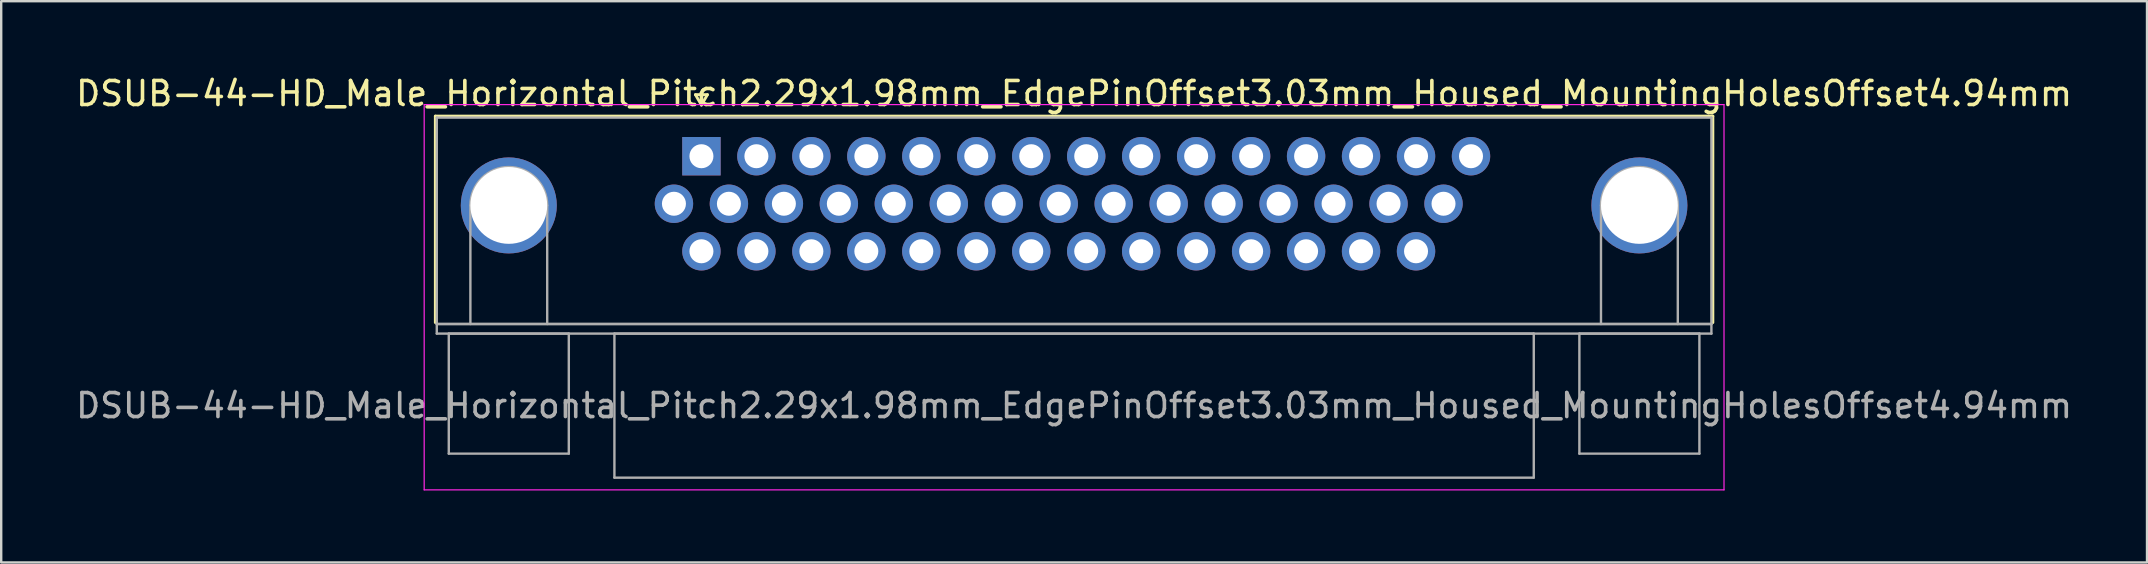
<source format=kicad_pcb>
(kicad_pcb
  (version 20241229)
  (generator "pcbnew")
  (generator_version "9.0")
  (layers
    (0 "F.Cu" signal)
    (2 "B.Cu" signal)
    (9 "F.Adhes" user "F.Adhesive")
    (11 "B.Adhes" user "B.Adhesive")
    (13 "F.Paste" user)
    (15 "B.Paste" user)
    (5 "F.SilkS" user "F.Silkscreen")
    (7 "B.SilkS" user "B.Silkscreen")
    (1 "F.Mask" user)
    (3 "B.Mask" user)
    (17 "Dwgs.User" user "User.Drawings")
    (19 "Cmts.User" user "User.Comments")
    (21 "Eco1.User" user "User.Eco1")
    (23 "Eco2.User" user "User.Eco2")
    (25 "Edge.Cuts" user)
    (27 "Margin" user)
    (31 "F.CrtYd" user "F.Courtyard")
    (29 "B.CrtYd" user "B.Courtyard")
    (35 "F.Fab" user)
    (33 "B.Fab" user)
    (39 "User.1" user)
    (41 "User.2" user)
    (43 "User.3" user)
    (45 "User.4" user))
  (footprint "DSUB-44-HD_Male_Horizontal_Pitch2.29x1.98mm_EdgePinOffset3.03mm_Housed_MountingHolesOffset4.94mm"
    (layer "F.Cu")
    (at 26.171 3.458)
    (property "Reference" "DSUB-44-HD_Male_Horizontal_Pitch2.29x1.98mm_EdgePinOffset3.03mm_Housed_MountingHolesOffset4.94mm" (at 15.525 -2.61 0) (layer "F.SilkS") (effects (font (size 1 1) (thickness 0.15))))
    (attr through_hole)
    (fp_line (start -11.085 -1.67) (end 42.135 -1.67) (stroke (width 0.12) (type solid)) (layer "F.SilkS"))
    (fp_line (start -11.085 6.93) (end -11.085 -1.67) (stroke (width 0.12) (type solid)) (layer "F.SilkS"))
    (fp_line (start -0.25 -2.564) (end 0.25 -2.564) (stroke (width 0.12) (type solid)) (layer "F.SilkS"))
    (fp_line (start 0 -2.131) (end -0.25 -2.564) (stroke (width 0.12) (type solid)) (layer "F.SilkS"))
    (fp_line (start 0.25 -2.564) (end 0 -2.131) (stroke (width 0.12) (type solid)) (layer "F.SilkS"))
    (fp_line (start 42.135 -1.67) (end 42.135 6.93) (stroke (width 0.12) (type solid)) (layer "F.SilkS"))
    (fp_line (start -11.55 -2.15) (end -11.55 13.9) (stroke (width 0.05) (type solid)) (layer "F.CrtYd"))
    (fp_line (start -11.55 13.9) (end 42.6 13.9) (stroke (width 0.05) (type solid)) (layer "F.CrtYd"))
    (fp_line (start 42.6 -2.15) (end -11.55 -2.15) (stroke (width 0.05) (type solid)) (layer "F.CrtYd"))
    (fp_line (start 42.6 13.9) (end 42.6 -2.15) (stroke (width 0.05) (type solid)) (layer "F.CrtYd"))
    (fp_line (start -11.025 -1.61) (end -11.025 6.99) (stroke (width 0.1) (type solid)) (layer "F.Fab"))
    (fp_line (start -11.025 6.99) (end -11.025 7.39) (stroke (width 0.1) (type solid)) (layer "F.Fab"))
    (fp_line (start -11.025 6.99) (end 42.075 6.99) (stroke (width 0.1) (type solid)) (layer "F.Fab"))
    (fp_line (start -11.025 7.39) (end 42.075 7.39) (stroke (width 0.1) (type solid)) (layer "F.Fab"))
    (fp_line (start -10.525 7.39) (end -10.525 12.39) (stroke (width 0.1) (type solid)) (layer "F.Fab"))
    (fp_line (start -10.525 12.39) (end -5.525 12.39) (stroke (width 0.1) (type solid)) (layer "F.Fab"))
    (fp_line (start -9.625 6.99) (end -9.625 2.05) (stroke (width 0.1) (type solid)) (layer "F.Fab"))
    (fp_line (start -6.425 6.99) (end -6.425 2.05) (stroke (width 0.1) (type solid)) (layer "F.Fab"))
    (fp_line (start -5.525 7.39) (end -10.525 7.39) (stroke (width 0.1) (type solid)) (layer "F.Fab"))
    (fp_line (start -5.525 12.39) (end -5.525 7.39) (stroke (width 0.1) (type solid)) (layer "F.Fab"))
    (fp_line (start -3.625 7.39) (end -3.625 13.39) (stroke (width 0.1) (type solid)) (layer "F.Fab"))
    (fp_line (start -3.625 13.39) (end 34.675 13.39) (stroke (width 0.1) (type solid)) (layer "F.Fab"))
    (fp_line (start 34.675 7.39) (end -3.625 7.39) (stroke (width 0.1) (type solid)) (layer "F.Fab"))
    (fp_line (start 34.675 13.39) (end 34.675 7.39) (stroke (width 0.1) (type solid)) (layer "F.Fab"))
    (fp_line (start 36.575 7.39) (end 36.575 12.39) (stroke (width 0.1) (type solid)) (layer "F.Fab"))
    (fp_line (start 36.575 12.39) (end 41.575 12.39) (stroke (width 0.1) (type solid)) (layer "F.Fab"))
    (fp_line (start 37.475 6.99) (end 37.475 2.05) (stroke (width 0.1) (type solid)) (layer "F.Fab"))
    (fp_line (start 40.675 6.99) (end 40.675 2.05) (stroke (width 0.1) (type solid)) (layer "F.Fab"))
    (fp_line (start 41.575 7.39) (end 36.575 7.39) (stroke (width 0.1) (type solid)) (layer "F.Fab"))
    (fp_line (start 41.575 12.39) (end 41.575 7.39) (stroke (width 0.1) (type solid)) (layer "F.Fab"))
    (fp_line (start 42.075 -1.61) (end -11.025 -1.61) (stroke (width 0.1) (type solid)) (layer "F.Fab"))
    (fp_line (start 42.075 6.99) (end -11.025 6.99) (stroke (width 0.1) (type solid)) (layer "F.Fab"))
    (fp_line (start 42.075 6.99) (end 42.075 -1.61) (stroke (width 0.1) (type solid)) (layer "F.Fab"))
    (fp_line (start 42.075 7.39) (end 42.075 6.99) (stroke (width 0.1) (type solid)) (layer "F.Fab"))
    (fp_arc (start -9.625 2.05) (mid -8.025 0.45) (end -6.425 2.05) (stroke (width 0.1) (type solid)) (layer "F.Fab"))
    (fp_arc (start 37.475 2.05) (mid 39.075 0.45) (end 40.675 2.05) (stroke (width 0.1) (type solid)) (layer "F.Fab"))
    (fp_text user "${REFERENCE}" (at 15.525 10.39 0) (layer "F.Fab") (effects (font (size 1 1) (thickness 0.15))))
    (pad "0" thru_hole circle (at -8.025 2.05) (size 4 4) (drill 3.2) (layers "*.Cu" "*.Mask"))
    (pad "0" thru_hole circle (at 39.075 2.05) (size 4 4) (drill 3.2) (layers "*.Cu" "*.Mask"))
    (pad "1" thru_hole rect (at 0 0) (size 1.6 1.6) (drill 1) (layers "*.Cu" "*.Mask"))
    (pad "2" thru_hole circle (at 2.29 0) (size 1.6 1.6) (drill 1) (layers "*.Cu" "*.Mask"))
    (pad "3" thru_hole circle (at 4.58 0) (size 1.6 1.6) (drill 1) (layers "*.Cu" "*.Mask"))
    (pad "4" thru_hole circle (at 6.87 0) (size 1.6 1.6) (drill 1) (layers "*.Cu" "*.Mask"))
    (pad "5" thru_hole circle (at 9.16 0) (size 1.6 1.6) (drill 1) (layers "*.Cu" "*.Mask"))
    (pad "6" thru_hole circle (at 11.45 0) (size 1.6 1.6) (drill 1) (layers "*.Cu" "*.Mask"))
    (pad "7" thru_hole circle (at 13.74 0) (size 1.6 1.6) (drill 1) (layers "*.Cu" "*.Mask"))
    (pad "8" thru_hole circle (at 16.03 0) (size 1.6 1.6) (drill 1) (layers "*.Cu" "*.Mask"))
    (pad "9" thru_hole circle (at 18.32 0) (size 1.6 1.6) (drill 1) (layers "*.Cu" "*.Mask"))
    (pad "10" thru_hole circle (at 20.61 0) (size 1.6 1.6) (drill 1) (layers "*.Cu" "*.Mask"))
    (pad "11" thru_hole circle (at 22.9 0) (size 1.6 1.6) (drill 1) (layers "*.Cu" "*.Mask"))
    (pad "12" thru_hole circle (at 25.19 0) (size 1.6 1.6) (drill 1) (layers "*.Cu" "*.Mask"))
    (pad "13" thru_hole circle (at 27.48 0) (size 1.6 1.6) (drill 1) (layers "*.Cu" "*.Mask"))
    (pad "14" thru_hole circle (at 29.77 0) (size 1.6 1.6) (drill 1) (layers "*.Cu" "*.Mask"))
    (pad "15" thru_hole circle (at 32.06 0) (size 1.6 1.6) (drill 1) (layers "*.Cu" "*.Mask"))
    (pad "16" thru_hole circle (at -1.145 1.98) (size 1.6 1.6) (drill 1) (layers "*.Cu" "*.Mask"))
    (pad "17" thru_hole circle (at 1.145 1.98) (size 1.6 1.6) (drill 1) (layers "*.Cu" "*.Mask"))
    (pad "18" thru_hole circle (at 3.435 1.98) (size 1.6 1.6) (drill 1) (layers "*.Cu" "*.Mask"))
    (pad "19" thru_hole circle (at 5.725 1.98) (size 1.6 1.6) (drill 1) (layers "*.Cu" "*.Mask"))
    (pad "20" thru_hole circle (at 8.015 1.98) (size 1.6 1.6) (drill 1) (layers "*.Cu" "*.Mask"))
    (pad "21" thru_hole circle (at 10.305 1.98) (size 1.6 1.6) (drill 1) (layers "*.Cu" "*.Mask"))
    (pad "22" thru_hole circle (at 12.595 1.98) (size 1.6 1.6) (drill 1) (layers "*.Cu" "*.Mask"))
    (pad "23" thru_hole circle (at 14.885 1.98) (size 1.6 1.6) (drill 1) (layers "*.Cu" "*.Mask"))
    (pad "24" thru_hole circle (at 17.175 1.98) (size 1.6 1.6) (drill 1) (layers "*.Cu" "*.Mask"))
    (pad "25" thru_hole circle (at 19.465 1.98) (size 1.6 1.6) (drill 1) (layers "*.Cu" "*.Mask"))
    (pad "26" thru_hole circle (at 21.755 1.98) (size 1.6 1.6) (drill 1) (layers "*.Cu" "*.Mask"))
    (pad "27" thru_hole circle (at 24.045 1.98) (size 1.6 1.6) (drill 1) (layers "*.Cu" "*.Mask"))
    (pad "28" thru_hole circle (at 26.335 1.98) (size 1.6 1.6) (drill 1) (layers "*.Cu" "*.Mask"))
    (pad "29" thru_hole circle (at 28.625 1.98) (size 1.6 1.6) (drill 1) (layers "*.Cu" "*.Mask"))
    (pad "30" thru_hole circle (at 30.915 1.98) (size 1.6 1.6) (drill 1) (layers "*.Cu" "*.Mask"))
    (pad "31" thru_hole circle (at 0 3.96) (size 1.6 1.6) (drill 1) (layers "*.Cu" "*.Mask"))
    (pad "32" thru_hole circle (at 2.29 3.96) (size 1.6 1.6) (drill 1) (layers "*.Cu" "*.Mask"))
    (pad "33" thru_hole circle (at 4.58 3.96) (size 1.6 1.6) (drill 1) (layers "*.Cu" "*.Mask"))
    (pad "34" thru_hole circle (at 6.87 3.96) (size 1.6 1.6) (drill 1) (layers "*.Cu" "*.Mask"))
    (pad "35" thru_hole circle (at 9.16 3.96) (size 1.6 1.6) (drill 1) (layers "*.Cu" "*.Mask"))
    (pad "36" thru_hole circle (at 11.45 3.96) (size 1.6 1.6) (drill 1) (layers "*.Cu" "*.Mask"))
    (pad "37" thru_hole circle (at 13.74 3.96) (size 1.6 1.6) (drill 1) (layers "*.Cu" "*.Mask"))
    (pad "38" thru_hole circle (at 16.03 3.96) (size 1.6 1.6) (drill 1) (layers "*.Cu" "*.Mask"))
    (pad "39" thru_hole circle (at 18.32 3.96) (size 1.6 1.6) (drill 1) (layers "*.Cu" "*.Mask"))
    (pad "40" thru_hole circle (at 20.61 3.96) (size 1.6 1.6) (drill 1) (layers "*.Cu" "*.Mask"))
    (pad "41" thru_hole circle (at 22.9 3.96) (size 1.6 1.6) (drill 1) (layers "*.Cu" "*.Mask"))
    (pad "42" thru_hole circle (at 25.19 3.96) (size 1.6 1.6) (drill 1) (layers "*.Cu" "*.Mask"))
    (pad "43" thru_hole circle (at 27.48 3.96) (size 1.6 1.6) (drill 1) (layers "*.Cu" "*.Mask"))
    (pad "44" thru_hole circle (at 29.77 3.96) (size 1.6 1.6) (drill 1) (layers "*.Cu" "*.Mask")))
  (gr_rect
    (start -3 -3)
    (end 86.393 20.383)
    (stroke (width 0.1) (type default))
    (fill no)
    (layer "Edge.Cuts")))
</source>
